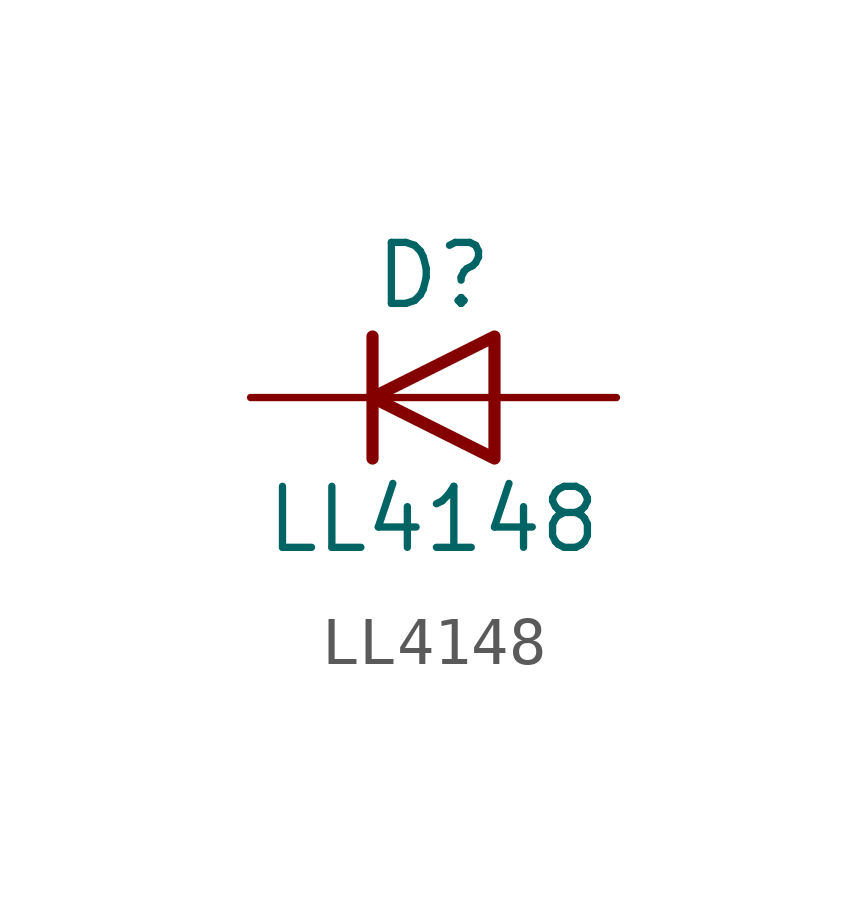
<source format=kicad_sym>
(kicad_symbol_lib
  (version 20231120)
  (generator "kicad_symbol_editor")
  (generator_version "8.0")
  (symbol "LL4148"
    (pin_numbers hide)
    (pin_names hide)
    (property "Reference" "D"
      (at 0 2.54 0)
      (effects (font (size 1.27 1.27))))
    (property "Value" "LL4148"
      (at 0 -2.54 0)
      (effects (font (size 1.27 1.27))))
    (symbol "LL4148_0_1"
      (polyline (pts (xy -1.27 1.27) (xy -1.27 -1.27)) (stroke (width 0.254) (type default)) (fill (type none)))
      (polyline (pts (xy 1.27 0) (xy -1.27 0)) (stroke (width 0) (type default)) (fill (type none)))
      (polyline (pts (xy 1.27 1.27) (xy 1.27 -1.27) (xy -1.27 0) (xy 1.27 1.27)) (stroke (width 0.254) (type default)) (fill (type none))))
    (symbol "LL4148_1_1"
      (pin passive line (at -3.81 0 0) (length 2.54) (name "K" (effects (font (size 1.27 1.27)))) (number "1" (effects (font (size 1.27 1.27)))))
      (pin passive line (at 3.81 0 180) (length 2.54) (name "A" (effects (font (size 1.27 1.27)))) (number "2" (effects (font (size 1.27 1.27))))))))
</source>
